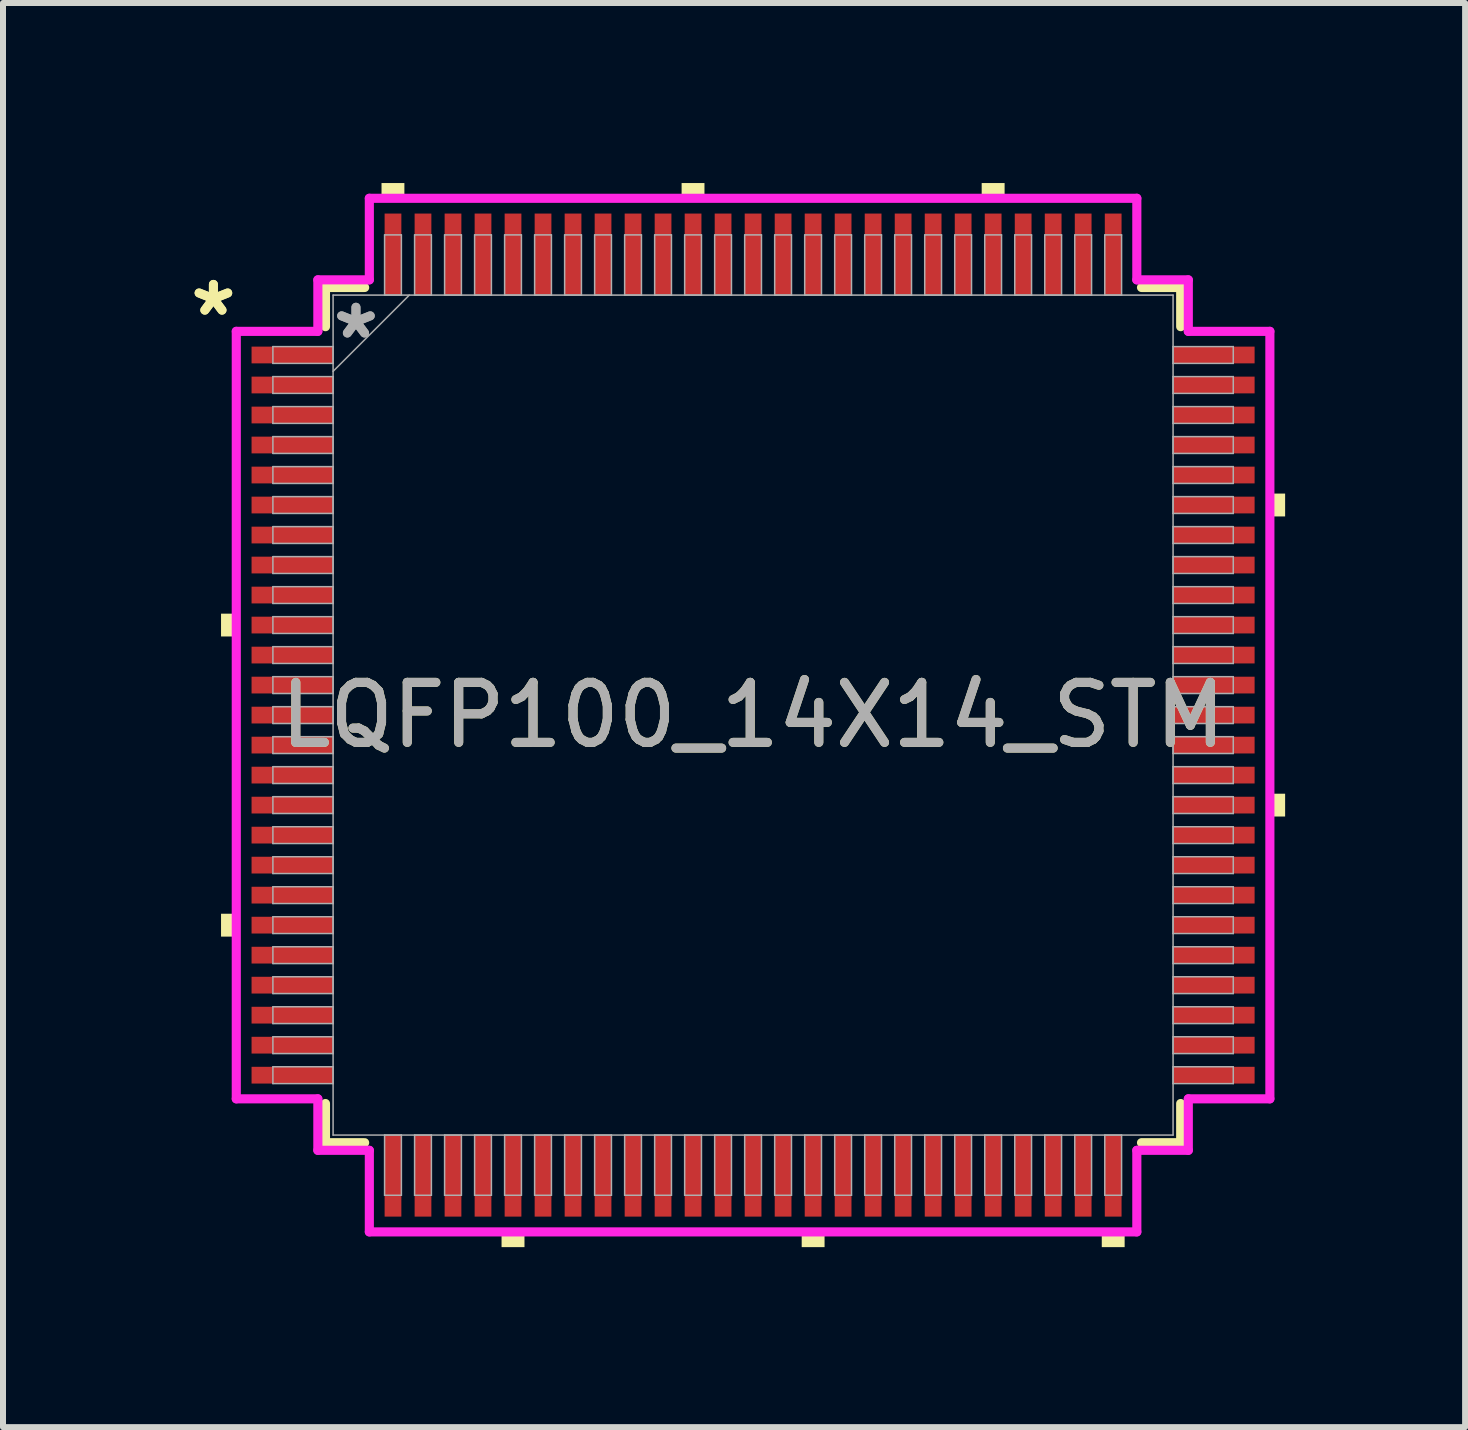
<source format=kicad_pcb>
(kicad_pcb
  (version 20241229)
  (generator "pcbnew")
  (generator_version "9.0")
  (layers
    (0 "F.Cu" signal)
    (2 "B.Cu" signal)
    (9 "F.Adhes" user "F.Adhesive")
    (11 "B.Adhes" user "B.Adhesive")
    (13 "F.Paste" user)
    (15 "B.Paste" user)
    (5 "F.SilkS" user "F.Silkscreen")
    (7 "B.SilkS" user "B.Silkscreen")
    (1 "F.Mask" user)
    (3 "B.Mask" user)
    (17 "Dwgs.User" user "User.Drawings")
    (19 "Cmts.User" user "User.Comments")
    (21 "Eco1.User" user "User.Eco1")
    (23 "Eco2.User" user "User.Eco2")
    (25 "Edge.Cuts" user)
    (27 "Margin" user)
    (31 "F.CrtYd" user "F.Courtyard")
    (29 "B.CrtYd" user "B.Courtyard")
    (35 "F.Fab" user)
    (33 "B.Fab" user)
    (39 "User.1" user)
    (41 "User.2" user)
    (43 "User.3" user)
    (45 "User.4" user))
  (footprint "LQFP100_14X14_STM"
    (layer "F.Cu")
    (at 9.498 8.865)
    (property "Reference" "LQFP100_14X14_STM" (at 0 0 0) (unlocked yes) (layer "F.SilkS") (effects (font (size 1 1) (thickness 0.15))))
    (attr smd)
    (fp_line (start -7.125 -7.125) (end -7.125 -6.472) (stroke (width 0.152) (type solid)) (layer "F.SilkS"))
    (fp_line (start -7.125 6.472) (end -7.125 7.125) (stroke (width 0.152) (type solid)) (layer "F.SilkS"))
    (fp_line (start -7.125 7.125) (end -6.472 7.125) (stroke (width 0.152) (type solid)) (layer "F.SilkS"))
    (fp_line (start -6.472 -7.125) (end -7.125 -7.125) (stroke (width 0.152) (type solid)) (layer "F.SilkS"))
    (fp_line (start 6.472 7.125) (end 7.125 7.125) (stroke (width 0.152) (type solid)) (layer "F.SilkS"))
    (fp_line (start 7.125 -7.125) (end 6.472 -7.125) (stroke (width 0.152) (type solid)) (layer "F.SilkS"))
    (fp_line (start 7.125 -6.472) (end 7.125 -7.125) (stroke (width 0.152) (type solid)) (layer "F.SilkS"))
    (fp_line (start 7.125 7.125) (end 7.125 6.472) (stroke (width 0.152) (type solid)) (layer "F.SilkS"))
    (fp_poly (pts (xy -8.865 -1.69) (xy -8.865 -1.31) (xy -8.611 -1.31) (xy -8.611 -1.69)) (stroke (width 0) (type solid)) (fill yes) (layer "F.SilkS"))
    (fp_poly (pts (xy -8.865 3.31) (xy -8.865 3.691) (xy -8.611 3.691) (xy -8.611 3.31)) (stroke (width 0) (type solid)) (fill yes) (layer "F.SilkS"))
    (fp_poly (pts (xy -6.191 -8.611) (xy -6.191 -8.865) (xy -5.81 -8.865) (xy -5.81 -8.611)) (stroke (width 0) (type solid)) (fill yes) (layer "F.SilkS"))
    (fp_poly (pts (xy -4.191 8.611) (xy -4.191 8.865) (xy -3.809 8.865) (xy -3.809 8.611)) (stroke (width 0) (type solid)) (fill yes) (layer "F.SilkS"))
    (fp_poly (pts (xy -1.191 -8.611) (xy -1.191 -8.865) (xy -0.81 -8.865) (xy -0.81 -8.611)) (stroke (width 0) (type solid)) (fill yes) (layer "F.SilkS"))
    (fp_poly (pts (xy 0.81 8.611) (xy 0.81 8.865) (xy 1.191 8.865) (xy 1.191 8.611)) (stroke (width 0) (type solid)) (fill yes) (layer "F.SilkS"))
    (fp_poly (pts (xy 3.809 -8.611) (xy 3.809 -8.865) (xy 4.191 -8.865) (xy 4.191 -8.611)) (stroke (width 0) (type solid)) (fill yes) (layer "F.SilkS"))
    (fp_poly (pts (xy 5.81 8.611) (xy 5.81 8.865) (xy 6.191 8.865) (xy 6.191 8.611)) (stroke (width 0) (type solid)) (fill yes) (layer "F.SilkS"))
    (fp_poly (pts (xy 8.865 -3.691) (xy 8.865 -3.31) (xy 8.611 -3.31) (xy 8.611 -3.691)) (stroke (width 0) (type solid)) (fill yes) (layer "F.SilkS"))
    (fp_poly (pts (xy 8.865 1.31) (xy 8.865 1.69) (xy 8.611 1.69) (xy 8.611 1.31)) (stroke (width 0) (type solid)) (fill yes) (layer "F.SilkS"))
    (fp_line (start -8.611 -6.394) (end -7.252 -6.394) (stroke (width 0.152) (type solid)) (layer "F.CrtYd"))
    (fp_line (start -8.611 6.394) (end -8.611 -6.394) (stroke (width 0.152) (type solid)) (layer "F.CrtYd"))
    (fp_line (start -7.252 -7.252) (end -6.394 -7.252) (stroke (width 0.152) (type solid)) (layer "F.CrtYd"))
    (fp_line (start -7.252 -6.394) (end -7.252 -7.252) (stroke (width 0.152) (type solid)) (layer "F.CrtYd"))
    (fp_line (start -7.252 6.394) (end -8.611 6.394) (stroke (width 0.152) (type solid)) (layer "F.CrtYd"))
    (fp_line (start -7.252 7.252) (end -7.252 6.394) (stroke (width 0.152) (type solid)) (layer "F.CrtYd"))
    (fp_line (start -7.252 7.252) (end -6.394 7.252) (stroke (width 0.152) (type solid)) (layer "F.CrtYd"))
    (fp_line (start -6.394 -8.611) (end 6.394 -8.611) (stroke (width 0.152) (type solid)) (layer "F.CrtYd"))
    (fp_line (start -6.394 -7.252) (end -6.394 -8.611) (stroke (width 0.152) (type solid)) (layer "F.CrtYd"))
    (fp_line (start -6.394 7.252) (end -6.394 8.611) (stroke (width 0.152) (type solid)) (layer "F.CrtYd"))
    (fp_line (start -6.394 8.611) (end 6.394 8.611) (stroke (width 0.152) (type solid)) (layer "F.CrtYd"))
    (fp_line (start 6.394 -8.611) (end 6.394 -7.252) (stroke (width 0.152) (type solid)) (layer "F.CrtYd"))
    (fp_line (start 6.394 -7.252) (end 7.252 -7.252) (stroke (width 0.152) (type solid)) (layer "F.CrtYd"))
    (fp_line (start 6.394 7.252) (end 7.252 7.252) (stroke (width 0.152) (type solid)) (layer "F.CrtYd"))
    (fp_line (start 6.394 8.611) (end 6.394 7.252) (stroke (width 0.152) (type solid)) (layer "F.CrtYd"))
    (fp_line (start 7.252 -6.394) (end 7.252 -7.252) (stroke (width 0.152) (type solid)) (layer "F.CrtYd"))
    (fp_line (start 7.252 6.394) (end 8.611 6.394) (stroke (width 0.152) (type solid)) (layer "F.CrtYd"))
    (fp_line (start 7.252 7.252) (end 7.252 6.394) (stroke (width 0.152) (type solid)) (layer "F.CrtYd"))
    (fp_line (start 8.611 -6.394) (end 7.252 -6.394) (stroke (width 0.152) (type solid)) (layer "F.CrtYd"))
    (fp_line (start 8.611 6.394) (end 8.611 -6.394) (stroke (width 0.152) (type solid)) (layer "F.CrtYd"))
    (fp_line (start -8.001 -6.14) (end -8.001 -5.86) (stroke (width 0.025) (type solid)) (layer "F.Fab"))
    (fp_line (start -8.001 -5.86) (end -6.998 -5.86) (stroke (width 0.025) (type solid)) (layer "F.Fab"))
    (fp_line (start -8.001 -5.64) (end -8.001 -5.36) (stroke (width 0.025) (type solid)) (layer "F.Fab"))
    (fp_line (start -8.001 -5.36) (end -6.998 -5.36) (stroke (width 0.025) (type solid)) (layer "F.Fab"))
    (fp_line (start -8.001 -5.14) (end -8.001 -4.86) (stroke (width 0.025) (type solid)) (layer "F.Fab"))
    (fp_line (start -8.001 -4.86) (end -6.998 -4.86) (stroke (width 0.025) (type solid)) (layer "F.Fab"))
    (fp_line (start -8.001 -4.64) (end -8.001 -4.36) (stroke (width 0.025) (type solid)) (layer "F.Fab"))
    (fp_line (start -8.001 -4.36) (end -6.998 -4.36) (stroke (width 0.025) (type solid)) (layer "F.Fab"))
    (fp_line (start -8.001 -4.14) (end -8.001 -3.86) (stroke (width 0.025) (type solid)) (layer "F.Fab"))
    (fp_line (start -8.001 -3.86) (end -6.998 -3.86) (stroke (width 0.025) (type solid)) (layer "F.Fab"))
    (fp_line (start -8.001 -3.64) (end -8.001 -3.36) (stroke (width 0.025) (type solid)) (layer "F.Fab"))
    (fp_line (start -8.001 -3.36) (end -6.998 -3.36) (stroke (width 0.025) (type solid)) (layer "F.Fab"))
    (fp_line (start -8.001 -3.14) (end -8.001 -2.86) (stroke (width 0.025) (type solid)) (layer "F.Fab"))
    (fp_line (start -8.001 -2.86) (end -6.998 -2.86) (stroke (width 0.025) (type solid)) (layer "F.Fab"))
    (fp_line (start -8.001 -2.64) (end -8.001 -2.36) (stroke (width 0.025) (type solid)) (layer "F.Fab"))
    (fp_line (start -8.001 -2.36) (end -6.998 -2.36) (stroke (width 0.025) (type solid)) (layer "F.Fab"))
    (fp_line (start -8.001 -2.14) (end -8.001 -1.86) (stroke (width 0.025) (type solid)) (layer "F.Fab"))
    (fp_line (start -8.001 -1.86) (end -6.998 -1.86) (stroke (width 0.025) (type solid)) (layer "F.Fab"))
    (fp_line (start -8.001 -1.64) (end -8.001 -1.36) (stroke (width 0.025) (type solid)) (layer "F.Fab"))
    (fp_line (start -8.001 -1.36) (end -6.998 -1.36) (stroke (width 0.025) (type solid)) (layer "F.Fab"))
    (fp_line (start -8.001 -1.14) (end -8.001 -0.86) (stroke (width 0.025) (type solid)) (layer "F.Fab"))
    (fp_line (start -8.001 -0.86) (end -6.998 -0.86) (stroke (width 0.025) (type solid)) (layer "F.Fab"))
    (fp_line (start -8.001 -0.64) (end -8.001 -0.36) (stroke (width 0.025) (type solid)) (layer "F.Fab"))
    (fp_line (start -8.001 -0.36) (end -6.998 -0.36) (stroke (width 0.025) (type solid)) (layer "F.Fab"))
    (fp_line (start -8.001 -0.14) (end -8.001 0.14) (stroke (width 0.025) (type solid)) (layer "F.Fab"))
    (fp_line (start -8.001 0.14) (end -6.998 0.14) (stroke (width 0.025) (type solid)) (layer "F.Fab"))
    (fp_line (start -8.001 0.36) (end -8.001 0.64) (stroke (width 0.025) (type solid)) (layer "F.Fab"))
    (fp_line (start -8.001 0.64) (end -6.998 0.64) (stroke (width 0.025) (type solid)) (layer "F.Fab"))
    (fp_line (start -8.001 0.86) (end -8.001 1.14) (stroke (width 0.025) (type solid)) (layer "F.Fab"))
    (fp_line (start -8.001 1.14) (end -6.998 1.14) (stroke (width 0.025) (type solid)) (layer "F.Fab"))
    (fp_line (start -8.001 1.36) (end -8.001 1.64) (stroke (width 0.025) (type solid)) (layer "F.Fab"))
    (fp_line (start -8.001 1.64) (end -6.998 1.64) (stroke (width 0.025) (type solid)) (layer "F.Fab"))
    (fp_line (start -8.001 1.86) (end -8.001 2.14) (stroke (width 0.025) (type solid)) (layer "F.Fab"))
    (fp_line (start -8.001 2.14) (end -6.998 2.14) (stroke (width 0.025) (type solid)) (layer "F.Fab"))
    (fp_line (start -8.001 2.36) (end -8.001 2.64) (stroke (width 0.025) (type solid)) (layer "F.Fab"))
    (fp_line (start -8.001 2.64) (end -6.998 2.64) (stroke (width 0.025) (type solid)) (layer "F.Fab"))
    (fp_line (start -8.001 2.86) (end -8.001 3.14) (stroke (width 0.025) (type solid)) (layer "F.Fab"))
    (fp_line (start -8.001 3.14) (end -6.998 3.14) (stroke (width 0.025) (type solid)) (layer "F.Fab"))
    (fp_line (start -8.001 3.36) (end -8.001 3.64) (stroke (width 0.025) (type solid)) (layer "F.Fab"))
    (fp_line (start -8.001 3.64) (end -6.998 3.64) (stroke (width 0.025) (type solid)) (layer "F.Fab"))
    (fp_line (start -8.001 3.86) (end -8.001 4.14) (stroke (width 0.025) (type solid)) (layer "F.Fab"))
    (fp_line (start -8.001 4.14) (end -6.998 4.14) (stroke (width 0.025) (type solid)) (layer "F.Fab"))
    (fp_line (start -8.001 4.36) (end -8.001 4.64) (stroke (width 0.025) (type solid)) (layer "F.Fab"))
    (fp_line (start -8.001 4.64) (end -6.998 4.64) (stroke (width 0.025) (type solid)) (layer "F.Fab"))
    (fp_line (start -8.001 4.86) (end -8.001 5.14) (stroke (width 0.025) (type solid)) (layer "F.Fab"))
    (fp_line (start -8.001 5.14) (end -6.998 5.14) (stroke (width 0.025) (type solid)) (layer "F.Fab"))
    (fp_line (start -8.001 5.36) (end -8.001 5.64) (stroke (width 0.025) (type solid)) (layer "F.Fab"))
    (fp_line (start -8.001 5.64) (end -6.998 5.64) (stroke (width 0.025) (type solid)) (layer "F.Fab"))
    (fp_line (start -8.001 5.86) (end -8.001 6.14) (stroke (width 0.025) (type solid)) (layer "F.Fab"))
    (fp_line (start -8.001 6.14) (end -6.998 6.14) (stroke (width 0.025) (type solid)) (layer "F.Fab"))
    (fp_line (start -6.998 -6.998) (end -6.998 6.998) (stroke (width 0.025) (type solid)) (layer "F.Fab"))
    (fp_line (start -6.998 -6.14) (end -8.001 -6.14) (stroke (width 0.025) (type solid)) (layer "F.Fab"))
    (fp_line (start -6.998 -5.86) (end -6.998 -6.14) (stroke (width 0.025) (type solid)) (layer "F.Fab"))
    (fp_line (start -6.998 -5.728) (end -5.728 -6.998) (stroke (width 0.025) (type solid)) (layer "F.Fab"))
    (fp_line (start -6.998 -5.64) (end -8.001 -5.64) (stroke (width 0.025) (type solid)) (layer "F.Fab"))
    (fp_line (start -6.998 -5.36) (end -6.998 -5.64) (stroke (width 0.025) (type solid)) (layer "F.Fab"))
    (fp_line (start -6.998 -5.14) (end -8.001 -5.14) (stroke (width 0.025) (type solid)) (layer "F.Fab"))
    (fp_line (start -6.998 -4.86) (end -6.998 -5.14) (stroke (width 0.025) (type solid)) (layer "F.Fab"))
    (fp_line (start -6.998 -4.64) (end -8.001 -4.64) (stroke (width 0.025) (type solid)) (layer "F.Fab"))
    (fp_line (start -6.998 -4.36) (end -6.998 -4.64) (stroke (width 0.025) (type solid)) (layer "F.Fab"))
    (fp_line (start -6.998 -4.14) (end -8.001 -4.14) (stroke (width 0.025) (type solid)) (layer "F.Fab"))
    (fp_line (start -6.998 -3.86) (end -6.998 -4.14) (stroke (width 0.025) (type solid)) (layer "F.Fab"))
    (fp_line (start -6.998 -3.64) (end -8.001 -3.64) (stroke (width 0.025) (type solid)) (layer "F.Fab"))
    (fp_line (start -6.998 -3.36) (end -6.998 -3.64) (stroke (width 0.025) (type solid)) (layer "F.Fab"))
    (fp_line (start -6.998 -3.14) (end -8.001 -3.14) (stroke (width 0.025) (type solid)) (layer "F.Fab"))
    (fp_line (start -6.998 -2.86) (end -6.998 -3.14) (stroke (width 0.025) (type solid)) (layer "F.Fab"))
    (fp_line (start -6.998 -2.64) (end -8.001 -2.64) (stroke (width 0.025) (type solid)) (layer "F.Fab"))
    (fp_line (start -6.998 -2.36) (end -6.998 -2.64) (stroke (width 0.025) (type solid)) (layer "F.Fab"))
    (fp_line (start -6.998 -2.14) (end -8.001 -2.14) (stroke (width 0.025) (type solid)) (layer "F.Fab"))
    (fp_line (start -6.998 -1.86) (end -6.998 -2.14) (stroke (width 0.025) (type solid)) (layer "F.Fab"))
    (fp_line (start -6.998 -1.64) (end -8.001 -1.64) (stroke (width 0.025) (type solid)) (layer "F.Fab"))
    (fp_line (start -6.998 -1.36) (end -6.998 -1.64) (stroke (width 0.025) (type solid)) (layer "F.Fab"))
    (fp_line (start -6.998 -1.14) (end -8.001 -1.14) (stroke (width 0.025) (type solid)) (layer "F.Fab"))
    (fp_line (start -6.998 -0.86) (end -6.998 -1.14) (stroke (width 0.025) (type solid)) (layer "F.Fab"))
    (fp_line (start -6.998 -0.64) (end -8.001 -0.64) (stroke (width 0.025) (type solid)) (layer "F.Fab"))
    (fp_line (start -6.998 -0.36) (end -6.998 -0.64) (stroke (width 0.025) (type solid)) (layer "F.Fab"))
    (fp_line (start -6.998 -0.14) (end -8.001 -0.14) (stroke (width 0.025) (type solid)) (layer "F.Fab"))
    (fp_line (start -6.998 0.14) (end -6.998 -0.14) (stroke (width 0.025) (type solid)) (layer "F.Fab"))
    (fp_line (start -6.998 0.36) (end -8.001 0.36) (stroke (width 0.025) (type solid)) (layer "F.Fab"))
    (fp_line (start -6.998 0.64) (end -6.998 0.36) (stroke (width 0.025) (type solid)) (layer "F.Fab"))
    (fp_line (start -6.998 0.86) (end -8.001 0.86) (stroke (width 0.025) (type solid)) (layer "F.Fab"))
    (fp_line (start -6.998 1.14) (end -6.998 0.86) (stroke (width 0.025) (type solid)) (layer "F.Fab"))
    (fp_line (start -6.998 1.36) (end -8.001 1.36) (stroke (width 0.025) (type solid)) (layer "F.Fab"))
    (fp_line (start -6.998 1.64) (end -6.998 1.36) (stroke (width 0.025) (type solid)) (layer "F.Fab"))
    (fp_line (start -6.998 1.86) (end -8.001 1.86) (stroke (width 0.025) (type solid)) (layer "F.Fab"))
    (fp_line (start -6.998 2.14) (end -6.998 1.86) (stroke (width 0.025) (type solid)) (layer "F.Fab"))
    (fp_line (start -6.998 2.36) (end -8.001 2.36) (stroke (width 0.025) (type solid)) (layer "F.Fab"))
    (fp_line (start -6.998 2.64) (end -6.998 2.36) (stroke (width 0.025) (type solid)) (layer "F.Fab"))
    (fp_line (start -6.998 2.86) (end -8.001 2.86) (stroke (width 0.025) (type solid)) (layer "F.Fab"))
    (fp_line (start -6.998 3.14) (end -6.998 2.86) (stroke (width 0.025) (type solid)) (layer "F.Fab"))
    (fp_line (start -6.998 3.36) (end -8.001 3.36) (stroke (width 0.025) (type solid)) (layer "F.Fab"))
    (fp_line (start -6.998 3.64) (end -6.998 3.36) (stroke (width 0.025) (type solid)) (layer "F.Fab"))
    (fp_line (start -6.998 3.86) (end -8.001 3.86) (stroke (width 0.025) (type solid)) (layer "F.Fab"))
    (fp_line (start -6.998 4.14) (end -6.998 3.86) (stroke (width 0.025) (type solid)) (layer "F.Fab"))
    (fp_line (start -6.998 4.36) (end -8.001 4.36) (stroke (width 0.025) (type solid)) (layer "F.Fab"))
    (fp_line (start -6.998 4.64) (end -6.998 4.36) (stroke (width 0.025) (type solid)) (layer "F.Fab"))
    (fp_line (start -6.998 4.86) (end -8.001 4.86) (stroke (width 0.025) (type solid)) (layer "F.Fab"))
    (fp_line (start -6.998 5.14) (end -6.998 4.86) (stroke (width 0.025) (type solid)) (layer "F.Fab"))
    (fp_line (start -6.998 5.36) (end -8.001 5.36) (stroke (width 0.025) (type solid)) (layer "F.Fab"))
    (fp_line (start -6.998 5.64) (end -6.998 5.36) (stroke (width 0.025) (type solid)) (layer "F.Fab"))
    (fp_line (start -6.998 5.86) (end -8.001 5.86) (stroke (width 0.025) (type solid)) (layer "F.Fab"))
    (fp_line (start -6.998 6.14) (end -6.998 5.86) (stroke (width 0.025) (type solid)) (layer "F.Fab"))
    (fp_line (start -6.998 6.998) (end 6.998 6.998) (stroke (width 0.025) (type solid)) (layer "F.Fab"))
    (fp_line (start -6.14 -8.001) (end -6.14 -6.998) (stroke (width 0.025) (type solid)) (layer "F.Fab"))
    (fp_line (start -6.14 -6.998) (end -5.86 -6.998) (stroke (width 0.025) (type solid)) (layer "F.Fab"))
    (fp_line (start -6.14 6.998) (end -6.14 8.001) (stroke (width 0.025) (type solid)) (layer "F.Fab"))
    (fp_line (start -6.14 8.001) (end -5.86 8.001) (stroke (width 0.025) (type solid)) (layer "F.Fab"))
    (fp_line (start -5.86 -8.001) (end -6.14 -8.001) (stroke (width 0.025) (type solid)) (layer "F.Fab"))
    (fp_line (start -5.86 -6.998) (end -5.86 -8.001) (stroke (width 0.025) (type solid)) (layer "F.Fab"))
    (fp_line (start -5.86 6.998) (end -6.14 6.998) (stroke (width 0.025) (type solid)) (layer "F.Fab"))
    (fp_line (start -5.86 8.001) (end -5.86 6.998) (stroke (width 0.025) (type solid)) (layer "F.Fab"))
    (fp_line (start -5.64 -8.001) (end -5.64 -6.998) (stroke (width 0.025) (type solid)) (layer "F.Fab"))
    (fp_line (start -5.64 -6.998) (end -5.36 -6.998) (stroke (width 0.025) (type solid)) (layer "F.Fab"))
    (fp_line (start -5.64 6.998) (end -5.64 8.001) (stroke (width 0.025) (type solid)) (layer "F.Fab"))
    (fp_line (start -5.64 8.001) (end -5.36 8.001) (stroke (width 0.025) (type solid)) (layer "F.Fab"))
    (fp_line (start -5.36 -8.001) (end -5.64 -8.001) (stroke (width 0.025) (type solid)) (layer "F.Fab"))
    (fp_line (start -5.36 -6.998) (end -5.36 -8.001) (stroke (width 0.025) (type solid)) (layer "F.Fab"))
    (fp_line (start -5.36 6.998) (end -5.64 6.998) (stroke (width 0.025) (type solid)) (layer "F.Fab"))
    (fp_line (start -5.36 8.001) (end -5.36 6.998) (stroke (width 0.025) (type solid)) (layer "F.Fab"))
    (fp_line (start -5.14 -8.001) (end -5.14 -6.998) (stroke (width 0.025) (type solid)) (layer "F.Fab"))
    (fp_line (start -5.14 -6.998) (end -4.86 -6.998) (stroke (width 0.025) (type solid)) (layer "F.Fab"))
    (fp_line (start -5.14 6.998) (end -5.14 8.001) (stroke (width 0.025) (type solid)) (layer "F.Fab"))
    (fp_line (start -5.14 8.001) (end -4.86 8.001) (stroke (width 0.025) (type solid)) (layer "F.Fab"))
    (fp_line (start -4.86 -8.001) (end -5.14 -8.001) (stroke (width 0.025) (type solid)) (layer "F.Fab"))
    (fp_line (start -4.86 -6.998) (end -4.86 -8.001) (stroke (width 0.025) (type solid)) (layer "F.Fab"))
    (fp_line (start -4.86 6.998) (end -5.14 6.998) (stroke (width 0.025) (type solid)) (layer "F.Fab"))
    (fp_line (start -4.86 8.001) (end -4.86 6.998) (stroke (width 0.025) (type solid)) (layer "F.Fab"))
    (fp_line (start -4.64 -8.001) (end -4.64 -6.998) (stroke (width 0.025) (type solid)) (layer "F.Fab"))
    (fp_line (start -4.64 -6.998) (end -4.36 -6.998) (stroke (width 0.025) (type solid)) (layer "F.Fab"))
    (fp_line (start -4.64 6.998) (end -4.64 8.001) (stroke (width 0.025) (type solid)) (layer "F.Fab"))
    (fp_line (start -4.64 8.001) (end -4.36 8.001) (stroke (width 0.025) (type solid)) (layer "F.Fab"))
    (fp_line (start -4.36 -8.001) (end -4.64 -8.001) (stroke (width 0.025) (type solid)) (layer "F.Fab"))
    (fp_line (start -4.36 -6.998) (end -4.36 -8.001) (stroke (width 0.025) (type solid)) (layer "F.Fab"))
    (fp_line (start -4.36 6.998) (end -4.64 6.998) (stroke (width 0.025) (type solid)) (layer "F.Fab"))
    (fp_line (start -4.36 8.001) (end -4.36 6.998) (stroke (width 0.025) (type solid)) (layer "F.Fab"))
    (fp_line (start -4.14 -8.001) (end -4.14 -6.998) (stroke (width 0.025) (type solid)) (layer "F.Fab"))
    (fp_line (start -4.14 -6.998) (end -3.86 -6.998) (stroke (width 0.025) (type solid)) (layer "F.Fab"))
    (fp_line (start -4.14 6.998) (end -4.14 8.001) (stroke (width 0.025) (type solid)) (layer "F.Fab"))
    (fp_line (start -4.14 8.001) (end -3.86 8.001) (stroke (width 0.025) (type solid)) (layer "F.Fab"))
    (fp_line (start -3.86 -8.001) (end -4.14 -8.001) (stroke (width 0.025) (type solid)) (layer "F.Fab"))
    (fp_line (start -3.86 -6.998) (end -3.86 -8.001) (stroke (width 0.025) (type solid)) (layer "F.Fab"))
    (fp_line (start -3.86 6.998) (end -4.14 6.998) (stroke (width 0.025) (type solid)) (layer "F.Fab"))
    (fp_line (start -3.86 8.001) (end -3.86 6.998) (stroke (width 0.025) (type solid)) (layer "F.Fab"))
    (fp_line (start -3.64 -8.001) (end -3.64 -6.998) (stroke (width 0.025) (type solid)) (layer "F.Fab"))
    (fp_line (start -3.64 -6.998) (end -3.36 -6.998) (stroke (width 0.025) (type solid)) (layer "F.Fab"))
    (fp_line (start -3.64 6.998) (end -3.64 8.001) (stroke (width 0.025) (type solid)) (layer "F.Fab"))
    (fp_line (start -3.64 8.001) (end -3.36 8.001) (stroke (width 0.025) (type solid)) (layer "F.Fab"))
    (fp_line (start -3.36 -8.001) (end -3.64 -8.001) (stroke (width 0.025) (type solid)) (layer "F.Fab"))
    (fp_line (start -3.36 -6.998) (end -3.36 -8.001) (stroke (width 0.025) (type solid)) (layer "F.Fab"))
    (fp_line (start -3.36 6.998) (end -3.64 6.998) (stroke (width 0.025) (type solid)) (layer "F.Fab"))
    (fp_line (start -3.36 8.001) (end -3.36 6.998) (stroke (width 0.025) (type solid)) (layer "F.Fab"))
    (fp_line (start -3.14 -8.001) (end -3.14 -6.998) (stroke (width 0.025) (type solid)) (layer "F.Fab"))
    (fp_line (start -3.14 -6.998) (end -2.86 -6.998) (stroke (width 0.025) (type solid)) (layer "F.Fab"))
    (fp_line (start -3.14 6.998) (end -3.14 8.001) (stroke (width 0.025) (type solid)) (layer "F.Fab"))
    (fp_line (start -3.14 8.001) (end -2.86 8.001) (stroke (width 0.025) (type solid)) (layer "F.Fab"))
    (fp_line (start -2.86 -8.001) (end -3.14 -8.001) (stroke (width 0.025) (type solid)) (layer "F.Fab"))
    (fp_line (start -2.86 -6.998) (end -2.86 -8.001) (stroke (width 0.025) (type solid)) (layer "F.Fab"))
    (fp_line (start -2.86 6.998) (end -3.14 6.998) (stroke (width 0.025) (type solid)) (layer "F.Fab"))
    (fp_line (start -2.86 8.001) (end -2.86 6.998) (stroke (width 0.025) (type solid)) (layer "F.Fab"))
    (fp_line (start -2.64 -8.001) (end -2.64 -6.998) (stroke (width 0.025) (type solid)) (layer "F.Fab"))
    (fp_line (start -2.64 -6.998) (end -2.36 -6.998) (stroke (width 0.025) (type solid)) (layer "F.Fab"))
    (fp_line (start -2.64 6.998) (end -2.64 8.001) (stroke (width 0.025) (type solid)) (layer "F.Fab"))
    (fp_line (start -2.64 8.001) (end -2.36 8.001) (stroke (width 0.025) (type solid)) (layer "F.Fab"))
    (fp_line (start -2.36 -8.001) (end -2.64 -8.001) (stroke (width 0.025) (type solid)) (layer "F.Fab"))
    (fp_line (start -2.36 -6.998) (end -2.36 -8.001) (stroke (width 0.025) (type solid)) (layer "F.Fab"))
    (fp_line (start -2.36 6.998) (end -2.64 6.998) (stroke (width 0.025) (type solid)) (layer "F.Fab"))
    (fp_line (start -2.36 8.001) (end -2.36 6.998) (stroke (width 0.025) (type solid)) (layer "F.Fab"))
    (fp_line (start -2.14 -8.001) (end -2.14 -6.998) (stroke (width 0.025) (type solid)) (layer "F.Fab"))
    (fp_line (start -2.14 -6.998) (end -1.86 -6.998) (stroke (width 0.025) (type solid)) (layer "F.Fab"))
    (fp_line (start -2.14 6.998) (end -2.14 8.001) (stroke (width 0.025) (type solid)) (layer "F.Fab"))
    (fp_line (start -2.14 8.001) (end -1.86 8.001) (stroke (width 0.025) (type solid)) (layer "F.Fab"))
    (fp_line (start -1.86 -8.001) (end -2.14 -8.001) (stroke (width 0.025) (type solid)) (layer "F.Fab"))
    (fp_line (start -1.86 -6.998) (end -1.86 -8.001) (stroke (width 0.025) (type solid)) (layer "F.Fab"))
    (fp_line (start -1.86 6.998) (end -2.14 6.998) (stroke (width 0.025) (type solid)) (layer "F.Fab"))
    (fp_line (start -1.86 8.001) (end -1.86 6.998) (stroke (width 0.025) (type solid)) (layer "F.Fab"))
    (fp_line (start -1.64 -8.001) (end -1.64 -6.998) (stroke (width 0.025) (type solid)) (layer "F.Fab"))
    (fp_line (start -1.64 -6.998) (end -1.36 -6.998) (stroke (width 0.025) (type solid)) (layer "F.Fab"))
    (fp_line (start -1.64 6.998) (end -1.64 8.001) (stroke (width 0.025) (type solid)) (layer "F.Fab"))
    (fp_line (start -1.64 8.001) (end -1.36 8.001) (stroke (width 0.025) (type solid)) (layer "F.Fab"))
    (fp_line (start -1.36 -8.001) (end -1.64 -8.001) (stroke (width 0.025) (type solid)) (layer "F.Fab"))
    (fp_line (start -1.36 -6.998) (end -1.36 -8.001) (stroke (width 0.025) (type solid)) (layer "F.Fab"))
    (fp_line (start -1.36 6.998) (end -1.64 6.998) (stroke (width 0.025) (type solid)) (layer "F.Fab"))
    (fp_line (start -1.36 8.001) (end -1.36 6.998) (stroke (width 0.025) (type solid)) (layer "F.Fab"))
    (fp_line (start -1.14 -8.001) (end -1.14 -6.998) (stroke (width 0.025) (type solid)) (layer "F.Fab"))
    (fp_line (start -1.14 -6.998) (end -0.86 -6.998) (stroke (width 0.025) (type solid)) (layer "F.Fab"))
    (fp_line (start -1.14 6.998) (end -1.14 8.001) (stroke (width 0.025) (type solid)) (layer "F.Fab"))
    (fp_line (start -1.14 8.001) (end -0.86 8.001) (stroke (width 0.025) (type solid)) (layer "F.Fab"))
    (fp_line (start -0.86 -8.001) (end -1.14 -8.001) (stroke (width 0.025) (type solid)) (layer "F.Fab"))
    (fp_line (start -0.86 -6.998) (end -0.86 -8.001) (stroke (width 0.025) (type solid)) (layer "F.Fab"))
    (fp_line (start -0.86 6.998) (end -1.14 6.998) (stroke (width 0.025) (type solid)) (layer "F.Fab"))
    (fp_line (start -0.86 8.001) (end -0.86 6.998) (stroke (width 0.025) (type solid)) (layer "F.Fab"))
    (fp_line (start -0.64 -8.001) (end -0.64 -6.998) (stroke (width 0.025) (type solid)) (layer "F.Fab"))
    (fp_line (start -0.64 -6.998) (end -0.36 -6.998) (stroke (width 0.025) (type solid)) (layer "F.Fab"))
    (fp_line (start -0.64 6.998) (end -0.64 8.001) (stroke (width 0.025) (type solid)) (layer "F.Fab"))
    (fp_line (start -0.64 8.001) (end -0.36 8.001) (stroke (width 0.025) (type solid)) (layer "F.Fab"))
    (fp_line (start -0.36 -8.001) (end -0.64 -8.001) (stroke (width 0.025) (type solid)) (layer "F.Fab"))
    (fp_line (start -0.36 -6.998) (end -0.36 -8.001) (stroke (width 0.025) (type solid)) (layer "F.Fab"))
    (fp_line (start -0.36 6.998) (end -0.64 6.998) (stroke (width 0.025) (type solid)) (layer "F.Fab"))
    (fp_line (start -0.36 8.001) (end -0.36 6.998) (stroke (width 0.025) (type solid)) (layer "F.Fab"))
    (fp_line (start -0.14 -8.001) (end -0.14 -6.998) (stroke (width 0.025) (type solid)) (layer "F.Fab"))
    (fp_line (start -0.14 -6.998) (end 0.14 -6.998) (stroke (width 0.025) (type solid)) (layer "F.Fab"))
    (fp_line (start -0.14 6.998) (end -0.14 8.001) (stroke (width 0.025) (type solid)) (layer "F.Fab"))
    (fp_line (start -0.14 8.001) (end 0.14 8.001) (stroke (width 0.025) (type solid)) (layer "F.Fab"))
    (fp_line (start 0.14 -8.001) (end -0.14 -8.001) (stroke (width 0.025) (type solid)) (layer "F.Fab"))
    (fp_line (start 0.14 -6.998) (end 0.14 -8.001) (stroke (width 0.025) (type solid)) (layer "F.Fab"))
    (fp_line (start 0.14 6.998) (end -0.14 6.998) (stroke (width 0.025) (type solid)) (layer "F.Fab"))
    (fp_line (start 0.14 8.001) (end 0.14 6.998) (stroke (width 0.025) (type solid)) (layer "F.Fab"))
    (fp_line (start 0.36 -8.001) (end 0.36 -6.998) (stroke (width 0.025) (type solid)) (layer "F.Fab"))
    (fp_line (start 0.36 -6.998) (end 0.64 -6.998) (stroke (width 0.025) (type solid)) (layer "F.Fab"))
    (fp_line (start 0.36 6.998) (end 0.36 8.001) (stroke (width 0.025) (type solid)) (layer "F.Fab"))
    (fp_line (start 0.36 8.001) (end 0.64 8.001) (stroke (width 0.025) (type solid)) (layer "F.Fab"))
    (fp_line (start 0.64 -8.001) (end 0.36 -8.001) (stroke (width 0.025) (type solid)) (layer "F.Fab"))
    (fp_line (start 0.64 -6.998) (end 0.64 -8.001) (stroke (width 0.025) (type solid)) (layer "F.Fab"))
    (fp_line (start 0.64 6.998) (end 0.36 6.998) (stroke (width 0.025) (type solid)) (layer "F.Fab"))
    (fp_line (start 0.64 8.001) (end 0.64 6.998) (stroke (width 0.025) (type solid)) (layer "F.Fab"))
    (fp_line (start 0.86 -8.001) (end 0.86 -6.998) (stroke (width 0.025) (type solid)) (layer "F.Fab"))
    (fp_line (start 0.86 -6.998) (end 1.14 -6.998) (stroke (width 0.025) (type solid)) (layer "F.Fab"))
    (fp_line (start 0.86 6.998) (end 0.86 8.001) (stroke (width 0.025) (type solid)) (layer "F.Fab"))
    (fp_line (start 0.86 8.001) (end 1.14 8.001) (stroke (width 0.025) (type solid)) (layer "F.Fab"))
    (fp_line (start 1.14 -8.001) (end 0.86 -8.001) (stroke (width 0.025) (type solid)) (layer "F.Fab"))
    (fp_line (start 1.14 -6.998) (end 1.14 -8.001) (stroke (width 0.025) (type solid)) (layer "F.Fab"))
    (fp_line (start 1.14 6.998) (end 0.86 6.998) (stroke (width 0.025) (type solid)) (layer "F.Fab"))
    (fp_line (start 1.14 8.001) (end 1.14 6.998) (stroke (width 0.025) (type solid)) (layer "F.Fab"))
    (fp_line (start 1.36 -8.001) (end 1.36 -6.998) (stroke (width 0.025) (type solid)) (layer "F.Fab"))
    (fp_line (start 1.36 -6.998) (end 1.64 -6.998) (stroke (width 0.025) (type solid)) (layer "F.Fab"))
    (fp_line (start 1.36 6.998) (end 1.36 8.001) (stroke (width 0.025) (type solid)) (layer "F.Fab"))
    (fp_line (start 1.36 8.001) (end 1.64 8.001) (stroke (width 0.025) (type solid)) (layer "F.Fab"))
    (fp_line (start 1.64 -8.001) (end 1.36 -8.001) (stroke (width 0.025) (type solid)) (layer "F.Fab"))
    (fp_line (start 1.64 -6.998) (end 1.64 -8.001) (stroke (width 0.025) (type solid)) (layer "F.Fab"))
    (fp_line (start 1.64 6.998) (end 1.36 6.998) (stroke (width 0.025) (type solid)) (layer "F.Fab"))
    (fp_line (start 1.64 8.001) (end 1.64 6.998) (stroke (width 0.025) (type solid)) (layer "F.Fab"))
    (fp_line (start 1.86 -8.001) (end 1.86 -6.998) (stroke (width 0.025) (type solid)) (layer "F.Fab"))
    (fp_line (start 1.86 -6.998) (end 2.14 -6.998) (stroke (width 0.025) (type solid)) (layer "F.Fab"))
    (fp_line (start 1.86 6.998) (end 1.86 8.001) (stroke (width 0.025) (type solid)) (layer "F.Fab"))
    (fp_line (start 1.86 8.001) (end 2.14 8.001) (stroke (width 0.025) (type solid)) (layer "F.Fab"))
    (fp_line (start 2.14 -8.001) (end 1.86 -8.001) (stroke (width 0.025) (type solid)) (layer "F.Fab"))
    (fp_line (start 2.14 -6.998) (end 2.14 -8.001) (stroke (width 0.025) (type solid)) (layer "F.Fab"))
    (fp_line (start 2.14 6.998) (end 1.86 6.998) (stroke (width 0.025) (type solid)) (layer "F.Fab"))
    (fp_line (start 2.14 8.001) (end 2.14 6.998) (stroke (width 0.025) (type solid)) (layer "F.Fab"))
    (fp_line (start 2.36 -8.001) (end 2.36 -6.998) (stroke (width 0.025) (type solid)) (layer "F.Fab"))
    (fp_line (start 2.36 -6.998) (end 2.64 -6.998) (stroke (width 0.025) (type solid)) (layer "F.Fab"))
    (fp_line (start 2.36 6.998) (end 2.36 8.001) (stroke (width 0.025) (type solid)) (layer "F.Fab"))
    (fp_line (start 2.36 8.001) (end 2.64 8.001) (stroke (width 0.025) (type solid)) (layer "F.Fab"))
    (fp_line (start 2.64 -8.001) (end 2.36 -8.001) (stroke (width 0.025) (type solid)) (layer "F.Fab"))
    (fp_line (start 2.64 -6.998) (end 2.64 -8.001) (stroke (width 0.025) (type solid)) (layer "F.Fab"))
    (fp_line (start 2.64 6.998) (end 2.36 6.998) (stroke (width 0.025) (type solid)) (layer "F.Fab"))
    (fp_line (start 2.64 8.001) (end 2.64 6.998) (stroke (width 0.025) (type solid)) (layer "F.Fab"))
    (fp_line (start 2.86 -8.001) (end 2.86 -6.998) (stroke (width 0.025) (type solid)) (layer "F.Fab"))
    (fp_line (start 2.86 -6.998) (end 3.14 -6.998) (stroke (width 0.025) (type solid)) (layer "F.Fab"))
    (fp_line (start 2.86 6.998) (end 2.86 8.001) (stroke (width 0.025) (type solid)) (layer "F.Fab"))
    (fp_line (start 2.86 8.001) (end 3.14 8.001) (stroke (width 0.025) (type solid)) (layer "F.Fab"))
    (fp_line (start 3.14 -8.001) (end 2.86 -8.001) (stroke (width 0.025) (type solid)) (layer "F.Fab"))
    (fp_line (start 3.14 -6.998) (end 3.14 -8.001) (stroke (width 0.025) (type solid)) (layer "F.Fab"))
    (fp_line (start 3.14 6.998) (end 2.86 6.998) (stroke (width 0.025) (type solid)) (layer "F.Fab"))
    (fp_line (start 3.14 8.001) (end 3.14 6.998) (stroke (width 0.025) (type solid)) (layer "F.Fab"))
    (fp_line (start 3.36 -8.001) (end 3.36 -6.998) (stroke (width 0.025) (type solid)) (layer "F.Fab"))
    (fp_line (start 3.36 -6.998) (end 3.64 -6.998) (stroke (width 0.025) (type solid)) (layer "F.Fab"))
    (fp_line (start 3.36 6.998) (end 3.36 8.001) (stroke (width 0.025) (type solid)) (layer "F.Fab"))
    (fp_line (start 3.36 8.001) (end 3.64 8.001) (stroke (width 0.025) (type solid)) (layer "F.Fab"))
    (fp_line (start 3.64 -8.001) (end 3.36 -8.001) (stroke (width 0.025) (type solid)) (layer "F.Fab"))
    (fp_line (start 3.64 -6.998) (end 3.64 -8.001) (stroke (width 0.025) (type solid)) (layer "F.Fab"))
    (fp_line (start 3.64 6.998) (end 3.36 6.998) (stroke (width 0.025) (type solid)) (layer "F.Fab"))
    (fp_line (start 3.64 8.001) (end 3.64 6.998) (stroke (width 0.025) (type solid)) (layer "F.Fab"))
    (fp_line (start 3.86 -8.001) (end 3.86 -6.998) (stroke (width 0.025) (type solid)) (layer "F.Fab"))
    (fp_line (start 3.86 -6.998) (end 4.14 -6.998) (stroke (width 0.025) (type solid)) (layer "F.Fab"))
    (fp_line (start 3.86 6.998) (end 3.86 8.001) (stroke (width 0.025) (type solid)) (layer "F.Fab"))
    (fp_line (start 3.86 8.001) (end 4.14 8.001) (stroke (width 0.025) (type solid)) (layer "F.Fab"))
    (fp_line (start 4.14 -8.001) (end 3.86 -8.001) (stroke (width 0.025) (type solid)) (layer "F.Fab"))
    (fp_line (start 4.14 -6.998) (end 4.14 -8.001) (stroke (width 0.025) (type solid)) (layer "F.Fab"))
    (fp_line (start 4.14 6.998) (end 3.86 6.998) (stroke (width 0.025) (type solid)) (layer "F.Fab"))
    (fp_line (start 4.14 8.001) (end 4.14 6.998) (stroke (width 0.025) (type solid)) (layer "F.Fab"))
    (fp_line (start 4.36 -8.001) (end 4.36 -6.998) (stroke (width 0.025) (type solid)) (layer "F.Fab"))
    (fp_line (start 4.36 -6.998) (end 4.64 -6.998) (stroke (width 0.025) (type solid)) (layer "F.Fab"))
    (fp_line (start 4.36 6.998) (end 4.36 8.001) (stroke (width 0.025) (type solid)) (layer "F.Fab"))
    (fp_line (start 4.36 8.001) (end 4.64 8.001) (stroke (width 0.025) (type solid)) (layer "F.Fab"))
    (fp_line (start 4.64 -8.001) (end 4.36 -8.001) (stroke (width 0.025) (type solid)) (layer "F.Fab"))
    (fp_line (start 4.64 -6.998) (end 4.64 -8.001) (stroke (width 0.025) (type solid)) (layer "F.Fab"))
    (fp_line (start 4.64 6.998) (end 4.36 6.998) (stroke (width 0.025) (type solid)) (layer "F.Fab"))
    (fp_line (start 4.64 8.001) (end 4.64 6.998) (stroke (width 0.025) (type solid)) (layer "F.Fab"))
    (fp_line (start 4.86 -8.001) (end 4.86 -6.998) (stroke (width 0.025) (type solid)) (layer "F.Fab"))
    (fp_line (start 4.86 -6.998) (end 5.14 -6.998) (stroke (width 0.025) (type solid)) (layer "F.Fab"))
    (fp_line (start 4.86 6.998) (end 4.86 8.001) (stroke (width 0.025) (type solid)) (layer "F.Fab"))
    (fp_line (start 4.86 8.001) (end 5.14 8.001) (stroke (width 0.025) (type solid)) (layer "F.Fab"))
    (fp_line (start 5.14 -8.001) (end 4.86 -8.001) (stroke (width 0.025) (type solid)) (layer "F.Fab"))
    (fp_line (start 5.14 -6.998) (end 5.14 -8.001) (stroke (width 0.025) (type solid)) (layer "F.Fab"))
    (fp_line (start 5.14 6.998) (end 4.86 6.998) (stroke (width 0.025) (type solid)) (layer "F.Fab"))
    (fp_line (start 5.14 8.001) (end 5.14 6.998) (stroke (width 0.025) (type solid)) (layer "F.Fab"))
    (fp_line (start 5.36 -8.001) (end 5.36 -6.998) (stroke (width 0.025) (type solid)) (layer "F.Fab"))
    (fp_line (start 5.36 -6.998) (end 5.64 -6.998) (stroke (width 0.025) (type solid)) (layer "F.Fab"))
    (fp_line (start 5.36 6.998) (end 5.36 8.001) (stroke (width 0.025) (type solid)) (layer "F.Fab"))
    (fp_line (start 5.36 8.001) (end 5.64 8.001) (stroke (width 0.025) (type solid)) (layer "F.Fab"))
    (fp_line (start 5.64 -8.001) (end 5.36 -8.001) (stroke (width 0.025) (type solid)) (layer "F.Fab"))
    (fp_line (start 5.64 -6.998) (end 5.64 -8.001) (stroke (width 0.025) (type solid)) (layer "F.Fab"))
    (fp_line (start 5.64 6.998) (end 5.36 6.998) (stroke (width 0.025) (type solid)) (layer "F.Fab"))
    (fp_line (start 5.64 8.001) (end 5.64 6.998) (stroke (width 0.025) (type solid)) (layer "F.Fab"))
    (fp_line (start 5.86 -8.001) (end 5.86 -6.998) (stroke (width 0.025) (type solid)) (layer "F.Fab"))
    (fp_line (start 5.86 -6.998) (end 6.14 -6.998) (stroke (width 0.025) (type solid)) (layer "F.Fab"))
    (fp_line (start 5.86 6.998) (end 5.86 8.001) (stroke (width 0.025) (type solid)) (layer "F.Fab"))
    (fp_line (start 5.86 8.001) (end 6.14 8.001) (stroke (width 0.025) (type solid)) (layer "F.Fab"))
    (fp_line (start 6.14 -8.001) (end 5.86 -8.001) (stroke (width 0.025) (type solid)) (layer "F.Fab"))
    (fp_line (start 6.14 -6.998) (end 6.14 -8.001) (stroke (width 0.025) (type solid)) (layer "F.Fab"))
    (fp_line (start 6.14 6.998) (end 5.86 6.998) (stroke (width 0.025) (type solid)) (layer "F.Fab"))
    (fp_line (start 6.14 8.001) (end 6.14 6.998) (stroke (width 0.025) (type solid)) (layer "F.Fab"))
    (fp_line (start 6.998 -6.998) (end -6.998 -6.998) (stroke (width 0.025) (type solid)) (layer "F.Fab"))
    (fp_line (start 6.998 -6.14) (end 6.998 -5.86) (stroke (width 0.025) (type solid)) (layer "F.Fab"))
    (fp_line (start 6.998 -5.86) (end 8.001 -5.86) (stroke (width 0.025) (type solid)) (layer "F.Fab"))
    (fp_line (start 6.998 -5.64) (end 6.998 -5.36) (stroke (width 0.025) (type solid)) (layer "F.Fab"))
    (fp_line (start 6.998 -5.36) (end 8.001 -5.36) (stroke (width 0.025) (type solid)) (layer "F.Fab"))
    (fp_line (start 6.998 -5.14) (end 6.998 -4.86) (stroke (width 0.025) (type solid)) (layer "F.Fab"))
    (fp_line (start 6.998 -4.86) (end 8.001 -4.86) (stroke (width 0.025) (type solid)) (layer "F.Fab"))
    (fp_line (start 6.998 -4.64) (end 6.998 -4.36) (stroke (width 0.025) (type solid)) (layer "F.Fab"))
    (fp_line (start 6.998 -4.36) (end 8.001 -4.36) (stroke (width 0.025) (type solid)) (layer "F.Fab"))
    (fp_line (start 6.998 -4.14) (end 6.998 -3.86) (stroke (width 0.025) (type solid)) (layer "F.Fab"))
    (fp_line (start 6.998 -3.86) (end 8.001 -3.86) (stroke (width 0.025) (type solid)) (layer "F.Fab"))
    (fp_line (start 6.998 -3.64) (end 6.998 -3.36) (stroke (width 0.025) (type solid)) (layer "F.Fab"))
    (fp_line (start 6.998 -3.36) (end 8.001 -3.36) (stroke (width 0.025) (type solid)) (layer "F.Fab"))
    (fp_line (start 6.998 -3.14) (end 6.998 -2.86) (stroke (width 0.025) (type solid)) (layer "F.Fab"))
    (fp_line (start 6.998 -2.86) (end 8.001 -2.86) (stroke (width 0.025) (type solid)) (layer "F.Fab"))
    (fp_line (start 6.998 -2.64) (end 6.998 -2.36) (stroke (width 0.025) (type solid)) (layer "F.Fab"))
    (fp_line (start 6.998 -2.36) (end 8.001 -2.36) (stroke (width 0.025) (type solid)) (layer "F.Fab"))
    (fp_line (start 6.998 -2.14) (end 6.998 -1.86) (stroke (width 0.025) (type solid)) (layer "F.Fab"))
    (fp_line (start 6.998 -1.86) (end 8.001 -1.86) (stroke (width 0.025) (type solid)) (layer "F.Fab"))
    (fp_line (start 6.998 -1.64) (end 6.998 -1.36) (stroke (width 0.025) (type solid)) (layer "F.Fab"))
    (fp_line (start 6.998 -1.36) (end 8.001 -1.36) (stroke (width 0.025) (type solid)) (layer "F.Fab"))
    (fp_line (start 6.998 -1.14) (end 6.998 -0.86) (stroke (width 0.025) (type solid)) (layer "F.Fab"))
    (fp_line (start 6.998 -0.86) (end 8.001 -0.86) (stroke (width 0.025) (type solid)) (layer "F.Fab"))
    (fp_line (start 6.998 -0.64) (end 6.998 -0.36) (stroke (width 0.025) (type solid)) (layer "F.Fab"))
    (fp_line (start 6.998 -0.36) (end 8.001 -0.36) (stroke (width 0.025) (type solid)) (layer "F.Fab"))
    (fp_line (start 6.998 -0.14) (end 6.998 0.14) (stroke (width 0.025) (type solid)) (layer "F.Fab"))
    (fp_line (start 6.998 0.14) (end 8.001 0.14) (stroke (width 0.025) (type solid)) (layer "F.Fab"))
    (fp_line (start 6.998 0.36) (end 6.998 0.64) (stroke (width 0.025) (type solid)) (layer "F.Fab"))
    (fp_line (start 6.998 0.64) (end 8.001 0.64) (stroke (width 0.025) (type solid)) (layer "F.Fab"))
    (fp_line (start 6.998 0.86) (end 6.998 1.14) (stroke (width 0.025) (type solid)) (layer "F.Fab"))
    (fp_line (start 6.998 1.14) (end 8.001 1.14) (stroke (width 0.025) (type solid)) (layer "F.Fab"))
    (fp_line (start 6.998 1.36) (end 6.998 1.64) (stroke (width 0.025) (type solid)) (layer "F.Fab"))
    (fp_line (start 6.998 1.64) (end 8.001 1.64) (stroke (width 0.025) (type solid)) (layer "F.Fab"))
    (fp_line (start 6.998 1.86) (end 6.998 2.14) (stroke (width 0.025) (type solid)) (layer "F.Fab"))
    (fp_line (start 6.998 2.14) (end 8.001 2.14) (stroke (width 0.025) (type solid)) (layer "F.Fab"))
    (fp_line (start 6.998 2.36) (end 6.998 2.64) (stroke (width 0.025) (type solid)) (layer "F.Fab"))
    (fp_line (start 6.998 2.64) (end 8.001 2.64) (stroke (width 0.025) (type solid)) (layer "F.Fab"))
    (fp_line (start 6.998 2.86) (end 6.998 3.14) (stroke (width 0.025) (type solid)) (layer "F.Fab"))
    (fp_line (start 6.998 3.14) (end 8.001 3.14) (stroke (width 0.025) (type solid)) (layer "F.Fab"))
    (fp_line (start 6.998 3.36) (end 6.998 3.64) (stroke (width 0.025) (type solid)) (layer "F.Fab"))
    (fp_line (start 6.998 3.64) (end 8.001 3.64) (stroke (width 0.025) (type solid)) (layer "F.Fab"))
    (fp_line (start 6.998 3.86) (end 6.998 4.14) (stroke (width 0.025) (type solid)) (layer "F.Fab"))
    (fp_line (start 6.998 4.14) (end 8.001 4.14) (stroke (width 0.025) (type solid)) (layer "F.Fab"))
    (fp_line (start 6.998 4.36) (end 6.998 4.64) (stroke (width 0.025) (type solid)) (layer "F.Fab"))
    (fp_line (start 6.998 4.64) (end 8.001 4.64) (stroke (width 0.025) (type solid)) (layer "F.Fab"))
    (fp_line (start 6.998 4.86) (end 6.998 5.14) (stroke (width 0.025) (type solid)) (layer "F.Fab"))
    (fp_line (start 6.998 5.14) (end 8.001 5.14) (stroke (width 0.025) (type solid)) (layer "F.Fab"))
    (fp_line (start 6.998 5.36) (end 6.998 5.64) (stroke (width 0.025) (type solid)) (layer "F.Fab"))
    (fp_line (start 6.998 5.64) (end 8.001 5.64) (stroke (width 0.025) (type solid)) (layer "F.Fab"))
    (fp_line (start 6.998 5.86) (end 6.998 6.14) (stroke (width 0.025) (type solid)) (layer "F.Fab"))
    (fp_line (start 6.998 6.14) (end 8.001 6.14) (stroke (width 0.025) (type solid)) (layer "F.Fab"))
    (fp_line (start 6.998 6.998) (end 6.998 -6.998) (stroke (width 0.025) (type solid)) (layer "F.Fab"))
    (fp_line (start 8.001 -6.14) (end 6.998 -6.14) (stroke (width 0.025) (type solid)) (layer "F.Fab"))
    (fp_line (start 8.001 -5.86) (end 8.001 -6.14) (stroke (width 0.025) (type solid)) (layer "F.Fab"))
    (fp_line (start 8.001 -5.64) (end 6.998 -5.64) (stroke (width 0.025) (type solid)) (layer "F.Fab"))
    (fp_line (start 8.001 -5.36) (end 8.001 -5.64) (stroke (width 0.025) (type solid)) (layer "F.Fab"))
    (fp_line (start 8.001 -5.14) (end 6.998 -5.14) (stroke (width 0.025) (type solid)) (layer "F.Fab"))
    (fp_line (start 8.001 -4.86) (end 8.001 -5.14) (stroke (width 0.025) (type solid)) (layer "F.Fab"))
    (fp_line (start 8.001 -4.64) (end 6.998 -4.64) (stroke (width 0.025) (type solid)) (layer "F.Fab"))
    (fp_line (start 8.001 -4.36) (end 8.001 -4.64) (stroke (width 0.025) (type solid)) (layer "F.Fab"))
    (fp_line (start 8.001 -4.14) (end 6.998 -4.14) (stroke (width 0.025) (type solid)) (layer "F.Fab"))
    (fp_line (start 8.001 -3.86) (end 8.001 -4.14) (stroke (width 0.025) (type solid)) (layer "F.Fab"))
    (fp_line (start 8.001 -3.64) (end 6.998 -3.64) (stroke (width 0.025) (type solid)) (layer "F.Fab"))
    (fp_line (start 8.001 -3.36) (end 8.001 -3.64) (stroke (width 0.025) (type solid)) (layer "F.Fab"))
    (fp_line (start 8.001 -3.14) (end 6.998 -3.14) (stroke (width 0.025) (type solid)) (layer "F.Fab"))
    (fp_line (start 8.001 -2.86) (end 8.001 -3.14) (stroke (width 0.025) (type solid)) (layer "F.Fab"))
    (fp_line (start 8.001 -2.64) (end 6.998 -2.64) (stroke (width 0.025) (type solid)) (layer "F.Fab"))
    (fp_line (start 8.001 -2.36) (end 8.001 -2.64) (stroke (width 0.025) (type solid)) (layer "F.Fab"))
    (fp_line (start 8.001 -2.14) (end 6.998 -2.14) (stroke (width 0.025) (type solid)) (layer "F.Fab"))
    (fp_line (start 8.001 -1.86) (end 8.001 -2.14) (stroke (width 0.025) (type solid)) (layer "F.Fab"))
    (fp_line (start 8.001 -1.64) (end 6.998 -1.64) (stroke (width 0.025) (type solid)) (layer "F.Fab"))
    (fp_line (start 8.001 -1.36) (end 8.001 -1.64) (stroke (width 0.025) (type solid)) (layer "F.Fab"))
    (fp_line (start 8.001 -1.14) (end 6.998 -1.14) (stroke (width 0.025) (type solid)) (layer "F.Fab"))
    (fp_line (start 8.001 -0.86) (end 8.001 -1.14) (stroke (width 0.025) (type solid)) (layer "F.Fab"))
    (fp_line (start 8.001 -0.64) (end 6.998 -0.64) (stroke (width 0.025) (type solid)) (layer "F.Fab"))
    (fp_line (start 8.001 -0.36) (end 8.001 -0.64) (stroke (width 0.025) (type solid)) (layer "F.Fab"))
    (fp_line (start 8.001 -0.14) (end 6.998 -0.14) (stroke (width 0.025) (type solid)) (layer "F.Fab"))
    (fp_line (start 8.001 0.14) (end 8.001 -0.14) (stroke (width 0.025) (type solid)) (layer "F.Fab"))
    (fp_line (start 8.001 0.36) (end 6.998 0.36) (stroke (width 0.025) (type solid)) (layer "F.Fab"))
    (fp_line (start 8.001 0.64) (end 8.001 0.36) (stroke (width 0.025) (type solid)) (layer "F.Fab"))
    (fp_line (start 8.001 0.86) (end 6.998 0.86) (stroke (width 0.025) (type solid)) (layer "F.Fab"))
    (fp_line (start 8.001 1.14) (end 8.001 0.86) (stroke (width 0.025) (type solid)) (layer "F.Fab"))
    (fp_line (start 8.001 1.36) (end 6.998 1.36) (stroke (width 0.025) (type solid)) (layer "F.Fab"))
    (fp_line (start 8.001 1.64) (end 8.001 1.36) (stroke (width 0.025) (type solid)) (layer "F.Fab"))
    (fp_line (start 8.001 1.86) (end 6.998 1.86) (stroke (width 0.025) (type solid)) (layer "F.Fab"))
    (fp_line (start 8.001 2.14) (end 8.001 1.86) (stroke (width 0.025) (type solid)) (layer "F.Fab"))
    (fp_line (start 8.001 2.36) (end 6.998 2.36) (stroke (width 0.025) (type solid)) (layer "F.Fab"))
    (fp_line (start 8.001 2.64) (end 8.001 2.36) (stroke (width 0.025) (type solid)) (layer "F.Fab"))
    (fp_line (start 8.001 2.86) (end 6.998 2.86) (stroke (width 0.025) (type solid)) (layer "F.Fab"))
    (fp_line (start 8.001 3.14) (end 8.001 2.86) (stroke (width 0.025) (type solid)) (layer "F.Fab"))
    (fp_line (start 8.001 3.36) (end 6.998 3.36) (stroke (width 0.025) (type solid)) (layer "F.Fab"))
    (fp_line (start 8.001 3.64) (end 8.001 3.36) (stroke (width 0.025) (type solid)) (layer "F.Fab"))
    (fp_line (start 8.001 3.86) (end 6.998 3.86) (stroke (width 0.025) (type solid)) (layer "F.Fab"))
    (fp_line (start 8.001 4.14) (end 8.001 3.86) (stroke (width 0.025) (type solid)) (layer "F.Fab"))
    (fp_line (start 8.001 4.36) (end 6.998 4.36) (stroke (width 0.025) (type solid)) (layer "F.Fab"))
    (fp_line (start 8.001 4.64) (end 8.001 4.36) (stroke (width 0.025) (type solid)) (layer "F.Fab"))
    (fp_line (start 8.001 4.86) (end 6.998 4.86) (stroke (width 0.025) (type solid)) (layer "F.Fab"))
    (fp_line (start 8.001 5.14) (end 8.001 4.86) (stroke (width 0.025) (type solid)) (layer "F.Fab"))
    (fp_line (start 8.001 5.36) (end 6.998 5.36) (stroke (width 0.025) (type solid)) (layer "F.Fab"))
    (fp_line (start 8.001 5.64) (end 8.001 5.36) (stroke (width 0.025) (type solid)) (layer "F.Fab"))
    (fp_line (start 8.001 5.86) (end 6.998 5.86) (stroke (width 0.025) (type solid)) (layer "F.Fab"))
    (fp_line (start 8.001 6.14) (end 8.001 5.86) (stroke (width 0.025) (type solid)) (layer "F.Fab"))
    (fp_text user "*" (at -8.992 -6.631 0) (unlocked yes) (layer "F.SilkS") (effects (font (size 1 1) (thickness 0.15))))
    (fp_text user "*" (at -8.992 -6.631 0) (layer "F.SilkS") (effects (font (size 1 1) (thickness 0.15))))
    (fp_text user "*" (at -6.617 -6.25 0) (unlocked yes) (layer "F.Fab") (effects (font (size 1 1) (thickness 0.15))))
    (fp_text user "${REFERENCE}" (at 0 0 0) (unlocked yes) (layer "F.Fab") (effects (font (size 1 1) (thickness 0.15))))
    (fp_text user "*" (at -6.617 -6.25 0) (layer "F.Fab") (effects (font (size 1 1) (thickness 0.15))))
    (pad "1" smd rect (at -7.677 -6 90) (size 0.279 1.359) (layers "F.Cu" "F.Mask" "F.Paste"))
    (pad "2" smd rect (at -7.677 -5.5 90) (size 0.279 1.359) (layers "F.Cu" "F.Mask" "F.Paste"))
    (pad "3" smd rect (at -7.677 -5 90) (size 0.279 1.359) (layers "F.Cu" "F.Mask" "F.Paste"))
    (pad "4" smd rect (at -7.677 -4.5 90) (size 0.279 1.359) (layers "F.Cu" "F.Mask" "F.Paste"))
    (pad "5" smd rect (at -7.677 -4 90) (size 0.279 1.359) (layers "F.Cu" "F.Mask" "F.Paste"))
    (pad "6" smd rect (at -7.677 -3.5 90) (size 0.279 1.359) (layers "F.Cu" "F.Mask" "F.Paste"))
    (pad "7" smd rect (at -7.677 -3 90) (size 0.279 1.359) (layers "F.Cu" "F.Mask" "F.Paste"))
    (pad "8" smd rect (at -7.677 -2.5 90) (size 0.279 1.359) (layers "F.Cu" "F.Mask" "F.Paste"))
    (pad "9" smd rect (at -7.677 -2 90) (size 0.279 1.359) (layers "F.Cu" "F.Mask" "F.Paste"))
    (pad "10" smd rect (at -7.677 -1.5 90) (size 0.279 1.359) (layers "F.Cu" "F.Mask" "F.Paste"))
    (pad "11" smd rect (at -7.677 -1 90) (size 0.279 1.359) (layers "F.Cu" "F.Mask" "F.Paste"))
    (pad "12" smd rect (at -7.677 -0.5 90) (size 0.279 1.359) (layers "F.Cu" "F.Mask" "F.Paste"))
    (pad "13" smd rect (at -7.677 0 90) (size 0.279 1.359) (layers "F.Cu" "F.Mask" "F.Paste"))
    (pad "14" smd rect (at -7.677 0.5 90) (size 0.279 1.359) (layers "F.Cu" "F.Mask" "F.Paste"))
    (pad "15" smd rect (at -7.677 1 90) (size 0.279 1.359) (layers "F.Cu" "F.Mask" "F.Paste"))
    (pad "16" smd rect (at -7.677 1.5 90) (size 0.279 1.359) (layers "F.Cu" "F.Mask" "F.Paste"))
    (pad "17" smd rect (at -7.677 2 90) (size 0.279 1.359) (layers "F.Cu" "F.Mask" "F.Paste"))
    (pad "18" smd rect (at -7.677 2.5 90) (size 0.279 1.359) (layers "F.Cu" "F.Mask" "F.Paste"))
    (pad "19" smd rect (at -7.677 3 90) (size 0.279 1.359) (layers "F.Cu" "F.Mask" "F.Paste"))
    (pad "20" smd rect (at -7.677 3.5 90) (size 0.279 1.359) (layers "F.Cu" "F.Mask" "F.Paste"))
    (pad "21" smd rect (at -7.677 4 90) (size 0.279 1.359) (layers "F.Cu" "F.Mask" "F.Paste"))
    (pad "22" smd rect (at -7.677 4.5 90) (size 0.279 1.359) (layers "F.Cu" "F.Mask" "F.Paste"))
    (pad "23" smd rect (at -7.677 5 90) (size 0.279 1.359) (layers "F.Cu" "F.Mask" "F.Paste"))
    (pad "24" smd rect (at -7.677 5.5 90) (size 0.279 1.359) (layers "F.Cu" "F.Mask" "F.Paste"))
    (pad "25" smd rect (at -7.677 6 90) (size 0.279 1.359) (layers "F.Cu" "F.Mask" "F.Paste"))
    (pad "26" smd rect (at -6 7.677) (size 0.279 1.359) (layers "F.Cu" "F.Mask" "F.Paste"))
    (pad "27" smd rect (at -5.5 7.677) (size 0.279 1.359) (layers "F.Cu" "F.Mask" "F.Paste"))
    (pad "28" smd rect (at -5 7.677) (size 0.279 1.359) (layers "F.Cu" "F.Mask" "F.Paste"))
    (pad "29" smd rect (at -4.5 7.677) (size 0.279 1.359) (layers "F.Cu" "F.Mask" "F.Paste"))
    (pad "30" smd rect (at -4 7.677) (size 0.279 1.359) (layers "F.Cu" "F.Mask" "F.Paste"))
    (pad "31" smd rect (at -3.5 7.677) (size 0.279 1.359) (layers "F.Cu" "F.Mask" "F.Paste"))
    (pad "32" smd rect (at -3 7.677) (size 0.279 1.359) (layers "F.Cu" "F.Mask" "F.Paste"))
    (pad "33" smd rect (at -2.5 7.677) (size 0.279 1.359) (layers "F.Cu" "F.Mask" "F.Paste"))
    (pad "34" smd rect (at -2 7.677) (size 0.279 1.359) (layers "F.Cu" "F.Mask" "F.Paste"))
    (pad "35" smd rect (at -1.5 7.677) (size 0.279 1.359) (layers "F.Cu" "F.Mask" "F.Paste"))
    (pad "36" smd rect (at -1 7.677) (size 0.279 1.359) (layers "F.Cu" "F.Mask" "F.Paste"))
    (pad "37" smd rect (at -0.5 7.677) (size 0.279 1.359) (layers "F.Cu" "F.Mask" "F.Paste"))
    (pad "38" smd rect (at 0 7.677) (size 0.279 1.359) (layers "F.Cu" "F.Mask" "F.Paste"))
    (pad "39" smd rect (at 0.5 7.677) (size 0.279 1.359) (layers "F.Cu" "F.Mask" "F.Paste"))
    (pad "40" smd rect (at 1 7.677) (size 0.279 1.359) (layers "F.Cu" "F.Mask" "F.Paste"))
    (pad "41" smd rect (at 1.5 7.677) (size 0.279 1.359) (layers "F.Cu" "F.Mask" "F.Paste"))
    (pad "42" smd rect (at 2 7.677) (size 0.279 1.359) (layers "F.Cu" "F.Mask" "F.Paste"))
    (pad "43" smd rect (at 2.5 7.677) (size 0.279 1.359) (layers "F.Cu" "F.Mask" "F.Paste"))
    (pad "44" smd rect (at 3 7.677) (size 0.279 1.359) (layers "F.Cu" "F.Mask" "F.Paste"))
    (pad "45" smd rect (at 3.5 7.677) (size 0.279 1.359) (layers "F.Cu" "F.Mask" "F.Paste"))
    (pad "46" smd rect (at 4 7.677) (size 0.279 1.359) (layers "F.Cu" "F.Mask" "F.Paste"))
    (pad "47" smd rect (at 4.5 7.677) (size 0.279 1.359) (layers "F.Cu" "F.Mask" "F.Paste"))
    (pad "48" smd rect (at 5 7.677) (size 0.279 1.359) (layers "F.Cu" "F.Mask" "F.Paste"))
    (pad "49" smd rect (at 5.5 7.677) (size 0.279 1.359) (layers "F.Cu" "F.Mask" "F.Paste"))
    (pad "50" smd rect (at 6 7.677) (size 0.279 1.359) (layers "F.Cu" "F.Mask" "F.Paste"))
    (pad "51" smd rect (at 7.677 6 90) (size 0.279 1.359) (layers "F.Cu" "F.Mask" "F.Paste"))
    (pad "52" smd rect (at 7.677 5.5 90) (size 0.279 1.359) (layers "F.Cu" "F.Mask" "F.Paste"))
    (pad "53" smd rect (at 7.677 5 90) (size 0.279 1.359) (layers "F.Cu" "F.Mask" "F.Paste"))
    (pad "54" smd rect (at 7.677 4.5 90) (size 0.279 1.359) (layers "F.Cu" "F.Mask" "F.Paste"))
    (pad "55" smd rect (at 7.677 4 90) (size 0.279 1.359) (layers "F.Cu" "F.Mask" "F.Paste"))
    (pad "56" smd rect (at 7.677 3.5 90) (size 0.279 1.359) (layers "F.Cu" "F.Mask" "F.Paste"))
    (pad "57" smd rect (at 7.677 3 90) (size 0.279 1.359) (layers "F.Cu" "F.Mask" "F.Paste"))
    (pad "58" smd rect (at 7.677 2.5 90) (size 0.279 1.359) (layers "F.Cu" "F.Mask" "F.Paste"))
    (pad "59" smd rect (at 7.677 2 90) (size 0.279 1.359) (layers "F.Cu" "F.Mask" "F.Paste"))
    (pad "60" smd rect (at 7.677 1.5 90) (size 0.279 1.359) (layers "F.Cu" "F.Mask" "F.Paste"))
    (pad "61" smd rect (at 7.677 1 90) (size 0.279 1.359) (layers "F.Cu" "F.Mask" "F.Paste"))
    (pad "62" smd rect (at 7.677 0.5 90) (size 0.279 1.359) (layers "F.Cu" "F.Mask" "F.Paste"))
    (pad "63" smd rect (at 7.677 0 90) (size 0.279 1.359) (layers "F.Cu" "F.Mask" "F.Paste"))
    (pad "64" smd rect (at 7.677 -0.5 90) (size 0.279 1.359) (layers "F.Cu" "F.Mask" "F.Paste"))
    (pad "65" smd rect (at 7.677 -1 90) (size 0.279 1.359) (layers "F.Cu" "F.Mask" "F.Paste"))
    (pad "66" smd rect (at 7.677 -1.5 90) (size 0.279 1.359) (layers "F.Cu" "F.Mask" "F.Paste"))
    (pad "67" smd rect (at 7.677 -2 90) (size 0.279 1.359) (layers "F.Cu" "F.Mask" "F.Paste"))
    (pad "68" smd rect (at 7.677 -2.5 90) (size 0.279 1.359) (layers "F.Cu" "F.Mask" "F.Paste"))
    (pad "69" smd rect (at 7.677 -3 90) (size 0.279 1.359) (layers "F.Cu" "F.Mask" "F.Paste"))
    (pad "70" smd rect (at 7.677 -3.5 90) (size 0.279 1.359) (layers "F.Cu" "F.Mask" "F.Paste"))
    (pad "71" smd rect (at 7.677 -4 90) (size 0.279 1.359) (layers "F.Cu" "F.Mask" "F.Paste"))
    (pad "72" smd rect (at 7.677 -4.5 90) (size 0.279 1.359) (layers "F.Cu" "F.Mask" "F.Paste"))
    (pad "73" smd rect (at 7.677 -5 90) (size 0.279 1.359) (layers "F.Cu" "F.Mask" "F.Paste"))
    (pad "74" smd rect (at 7.677 -5.5 90) (size 0.279 1.359) (layers "F.Cu" "F.Mask" "F.Paste"))
    (pad "75" smd rect (at 7.677 -6 90) (size 0.279 1.359) (layers "F.Cu" "F.Mask" "F.Paste"))
    (pad "76" smd rect (at 6 -7.677) (size 0.279 1.359) (layers "F.Cu" "F.Mask" "F.Paste"))
    (pad "77" smd rect (at 5.5 -7.677) (size 0.279 1.359) (layers "F.Cu" "F.Mask" "F.Paste"))
    (pad "78" smd rect (at 5 -7.677) (size 0.279 1.359) (layers "F.Cu" "F.Mask" "F.Paste"))
    (pad "79" smd rect (at 4.5 -7.677) (size 0.279 1.359) (layers "F.Cu" "F.Mask" "F.Paste"))
    (pad "80" smd rect (at 4 -7.677) (size 0.279 1.359) (layers "F.Cu" "F.Mask" "F.Paste"))
    (pad "81" smd rect (at 3.5 -7.677) (size 0.279 1.359) (layers "F.Cu" "F.Mask" "F.Paste"))
    (pad "82" smd rect (at 3 -7.677) (size 0.279 1.359) (layers "F.Cu" "F.Mask" "F.Paste"))
    (pad "83" smd rect (at 2.5 -7.677) (size 0.279 1.359) (layers "F.Cu" "F.Mask" "F.Paste"))
    (pad "84" smd rect (at 2 -7.677) (size 0.279 1.359) (layers "F.Cu" "F.Mask" "F.Paste"))
    (pad "85" smd rect (at 1.5 -7.677) (size 0.279 1.359) (layers "F.Cu" "F.Mask" "F.Paste"))
    (pad "86" smd rect (at 1 -7.677) (size 0.279 1.359) (layers "F.Cu" "F.Mask" "F.Paste"))
    (pad "87" smd rect (at 0.5 -7.677) (size 0.279 1.359) (layers "F.Cu" "F.Mask" "F.Paste"))
    (pad "88" smd rect (at 0 -7.677) (size 0.279 1.359) (layers "F.Cu" "F.Mask" "F.Paste"))
    (pad "89" smd rect (at -0.5 -7.677) (size 0.279 1.359) (layers "F.Cu" "F.Mask" "F.Paste"))
    (pad "90" smd rect (at -1 -7.677) (size 0.279 1.359) (layers "F.Cu" "F.Mask" "F.Paste"))
    (pad "91" smd rect (at -1.5 -7.677) (size 0.279 1.359) (layers "F.Cu" "F.Mask" "F.Paste"))
    (pad "92" smd rect (at -2 -7.677) (size 0.279 1.359) (layers "F.Cu" "F.Mask" "F.Paste"))
    (pad "93" smd rect (at -2.5 -7.677) (size 0.279 1.359) (layers "F.Cu" "F.Mask" "F.Paste"))
    (pad "94" smd rect (at -3 -7.677) (size 0.279 1.359) (layers "F.Cu" "F.Mask" "F.Paste"))
    (pad "95" smd rect (at -3.5 -7.677) (size 0.279 1.359) (layers "F.Cu" "F.Mask" "F.Paste"))
    (pad "96" smd rect (at -4 -7.677) (size 0.279 1.359) (layers "F.Cu" "F.Mask" "F.Paste"))
    (pad "97" smd rect (at -4.5 -7.677) (size 0.279 1.359) (layers "F.Cu" "F.Mask" "F.Paste"))
    (pad "98" smd rect (at -5 -7.677) (size 0.279 1.359) (layers "F.Cu" "F.Mask" "F.Paste"))
    (pad "99" smd rect (at -5.5 -7.677) (size 0.279 1.359) (layers "F.Cu" "F.Mask" "F.Paste"))
    (pad "100" smd rect (at -6 -7.677) (size 0.279 1.359) (layers "F.Cu" "F.Mask" "F.Paste")))
  (gr_rect
    (start -3 -3)
    (end 21.362 20.729)
    (stroke (width 0.1) (type default))
    (fill no)
    (layer "Edge.Cuts")))
</source>
